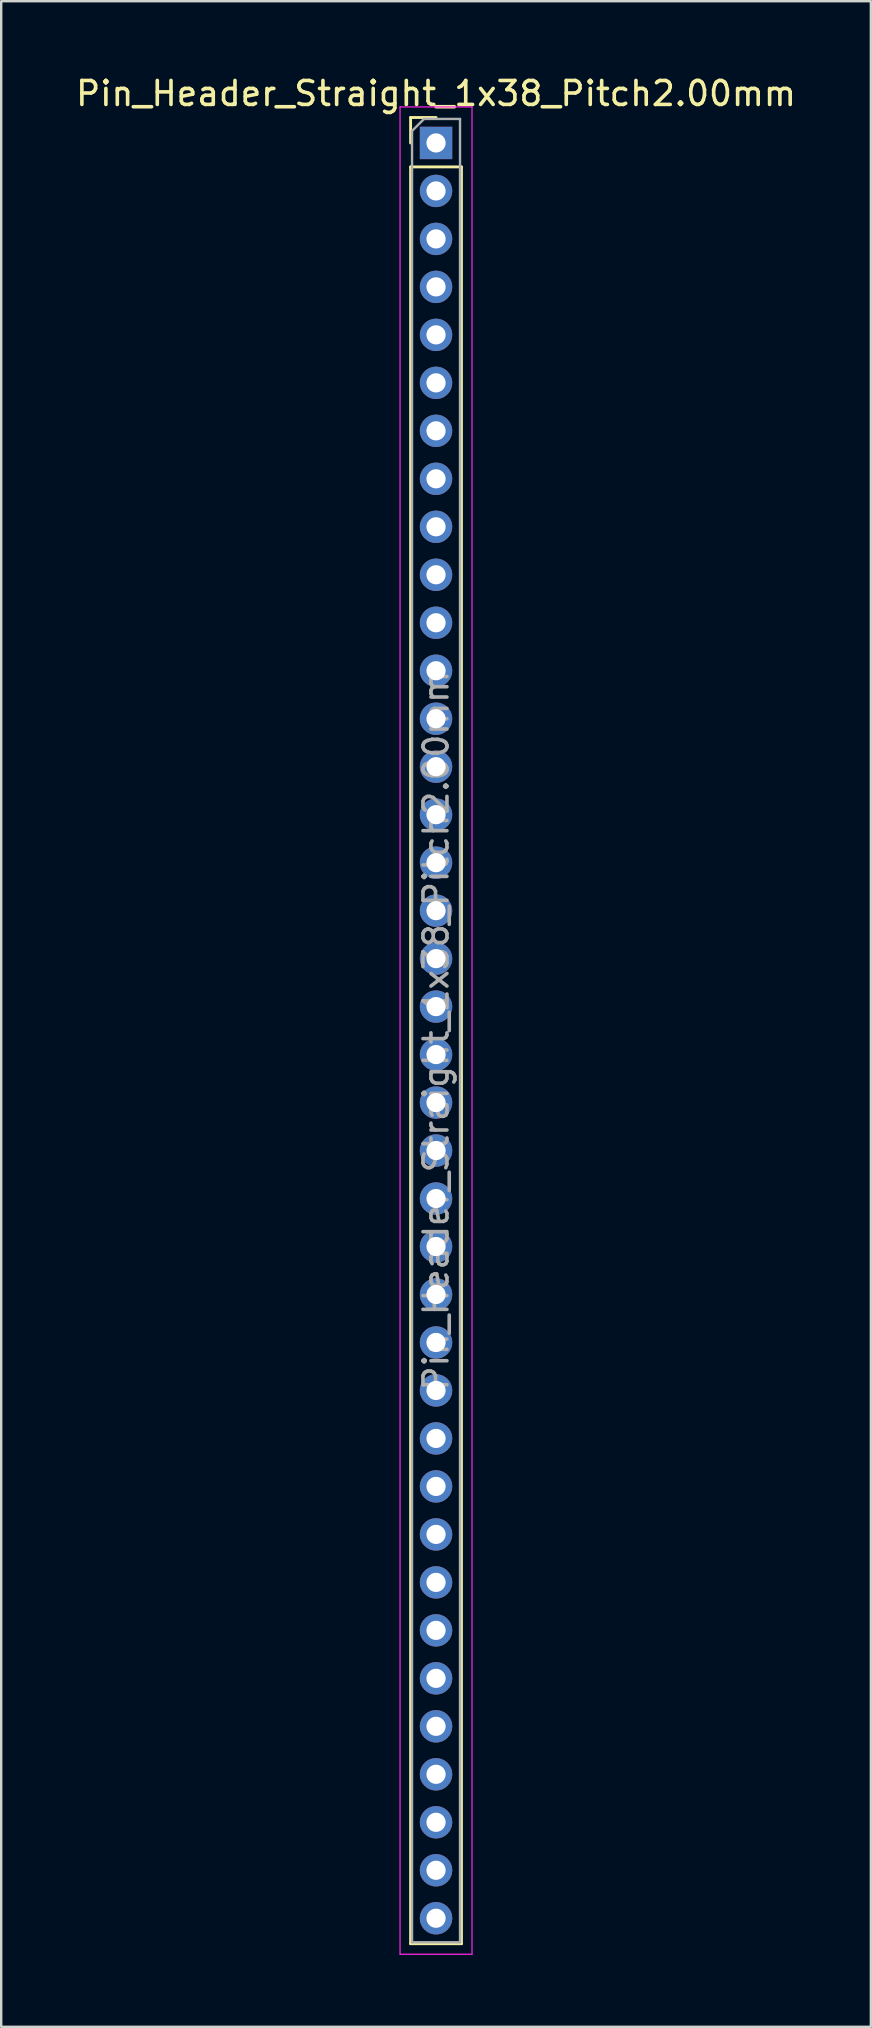
<source format=kicad_pcb>
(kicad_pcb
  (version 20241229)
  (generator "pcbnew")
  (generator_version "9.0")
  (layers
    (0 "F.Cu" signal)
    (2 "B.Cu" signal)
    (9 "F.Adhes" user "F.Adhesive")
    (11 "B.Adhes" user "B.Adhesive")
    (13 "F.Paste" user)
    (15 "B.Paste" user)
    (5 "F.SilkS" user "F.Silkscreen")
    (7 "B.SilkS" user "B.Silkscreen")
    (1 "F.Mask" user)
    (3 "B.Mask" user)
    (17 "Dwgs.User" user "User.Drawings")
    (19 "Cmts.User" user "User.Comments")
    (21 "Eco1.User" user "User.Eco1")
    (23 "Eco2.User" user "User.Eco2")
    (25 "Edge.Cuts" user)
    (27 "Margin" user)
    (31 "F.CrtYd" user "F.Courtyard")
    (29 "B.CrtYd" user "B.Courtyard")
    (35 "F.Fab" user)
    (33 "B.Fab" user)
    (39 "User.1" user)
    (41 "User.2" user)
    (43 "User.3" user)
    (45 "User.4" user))
  (footprint "Pin_Header_Straight_1x38_Pitch2.00mm"
    (layer "F.Cu")
    (at 15.125 2.908)
    (property "Reference" "Pin_Header_Straight_1x38_Pitch2.00mm" (at 0 -2.06 0) (layer "F.SilkS") (effects (font (size 1 1) (thickness 0.15))))
    (attr through_hole)
    (fp_line (start -1.06 -1.06) (end 0 -1.06) (stroke (width 0.12) (type solid)) (layer "F.SilkS"))
    (fp_line (start -1.06 0) (end -1.06 -1.06) (stroke (width 0.12) (type solid)) (layer "F.SilkS"))
    (fp_line (start -1.06 1) (end -1.06 75.06) (stroke (width 0.12) (type solid)) (layer "F.SilkS"))
    (fp_line (start -1.06 75.06) (end 1.06 75.06) (stroke (width 0.12) (type solid)) (layer "F.SilkS"))
    (fp_line (start 1.06 1) (end -1.06 1) (stroke (width 0.12) (type solid)) (layer "F.SilkS"))
    (fp_line (start 1.06 75.06) (end 1.06 1) (stroke (width 0.12) (type solid)) (layer "F.SilkS"))
    (fp_line (start -1.5 -1.5) (end -1.5 75.5) (stroke (width 0.05) (type solid)) (layer "F.CrtYd"))
    (fp_line (start -1.5 75.5) (end 1.5 75.5) (stroke (width 0.05) (type solid)) (layer "F.CrtYd"))
    (fp_line (start 1.5 -1.5) (end -1.5 -1.5) (stroke (width 0.05) (type solid)) (layer "F.CrtYd"))
    (fp_line (start 1.5 75.5) (end 1.5 -1.5) (stroke (width 0.05) (type solid)) (layer "F.CrtYd"))
    (fp_line (start -1 -0.5) (end -0.5 -1) (stroke (width 0.1) (type solid)) (layer "F.Fab"))
    (fp_line (start -1 75) (end -1 -0.5) (stroke (width 0.1) (type solid)) (layer "F.Fab"))
    (fp_line (start -0.5 -1) (end 1 -1) (stroke (width 0.1) (type solid)) (layer "F.Fab"))
    (fp_line (start 1 -1) (end 1 75) (stroke (width 0.1) (type solid)) (layer "F.Fab"))
    (fp_line (start 1 75) (end -1 75) (stroke (width 0.1) (type solid)) (layer "F.Fab"))
    (fp_text user "${REFERENCE}" (at 0 37 90) (layer "F.Fab") (effects (font (size 1 1) (thickness 0.15))))
    (pad "1" thru_hole rect (at 0 0) (size 1.35 1.35) (drill 0.8) (layers "*.Cu" "*.Mask"))
    (pad "2" thru_hole oval (at 0 2) (size 1.35 1.35) (drill 0.8) (layers "*.Cu" "*.Mask"))
    (pad "3" thru_hole oval (at 0 4) (size 1.35 1.35) (drill 0.8) (layers "*.Cu" "*.Mask"))
    (pad "4" thru_hole oval (at 0 6) (size 1.35 1.35) (drill 0.8) (layers "*.Cu" "*.Mask"))
    (pad "5" thru_hole oval (at 0 8) (size 1.35 1.35) (drill 0.8) (layers "*.Cu" "*.Mask"))
    (pad "6" thru_hole oval (at 0 10) (size 1.35 1.35) (drill 0.8) (layers "*.Cu" "*.Mask"))
    (pad "7" thru_hole oval (at 0 12) (size 1.35 1.35) (drill 0.8) (layers "*.Cu" "*.Mask"))
    (pad "8" thru_hole oval (at 0 14) (size 1.35 1.35) (drill 0.8) (layers "*.Cu" "*.Mask"))
    (pad "9" thru_hole oval (at 0 16) (size 1.35 1.35) (drill 0.8) (layers "*.Cu" "*.Mask"))
    (pad "10" thru_hole oval (at 0 18) (size 1.35 1.35) (drill 0.8) (layers "*.Cu" "*.Mask"))
    (pad "11" thru_hole oval (at 0 20) (size 1.35 1.35) (drill 0.8) (layers "*.Cu" "*.Mask"))
    (pad "12" thru_hole oval (at 0 22) (size 1.35 1.35) (drill 0.8) (layers "*.Cu" "*.Mask"))
    (pad "13" thru_hole oval (at 0 24) (size 1.35 1.35) (drill 0.8) (layers "*.Cu" "*.Mask"))
    (pad "14" thru_hole oval (at 0 26) (size 1.35 1.35) (drill 0.8) (layers "*.Cu" "*.Mask"))
    (pad "15" thru_hole oval (at 0 28) (size 1.35 1.35) (drill 0.8) (layers "*.Cu" "*.Mask"))
    (pad "16" thru_hole oval (at 0 30) (size 1.35 1.35) (drill 0.8) (layers "*.Cu" "*.Mask"))
    (pad "17" thru_hole oval (at 0 32) (size 1.35 1.35) (drill 0.8) (layers "*.Cu" "*.Mask"))
    (pad "18" thru_hole oval (at 0 34) (size 1.35 1.35) (drill 0.8) (layers "*.Cu" "*.Mask"))
    (pad "19" thru_hole oval (at 0 36) (size 1.35 1.35) (drill 0.8) (layers "*.Cu" "*.Mask"))
    (pad "20" thru_hole oval (at 0 38) (size 1.35 1.35) (drill 0.8) (layers "*.Cu" "*.Mask"))
    (pad "21" thru_hole oval (at 0 40) (size 1.35 1.35) (drill 0.8) (layers "*.Cu" "*.Mask"))
    (pad "22" thru_hole oval (at 0 42) (size 1.35 1.35) (drill 0.8) (layers "*.Cu" "*.Mask"))
    (pad "23" thru_hole oval (at 0 44) (size 1.35 1.35) (drill 0.8) (layers "*.Cu" "*.Mask"))
    (pad "24" thru_hole oval (at 0 46) (size 1.35 1.35) (drill 0.8) (layers "*.Cu" "*.Mask"))
    (pad "25" thru_hole oval (at 0 48) (size 1.35 1.35) (drill 0.8) (layers "*.Cu" "*.Mask"))
    (pad "26" thru_hole oval (at 0 50) (size 1.35 1.35) (drill 0.8) (layers "*.Cu" "*.Mask"))
    (pad "27" thru_hole oval (at 0 52) (size 1.35 1.35) (drill 0.8) (layers "*.Cu" "*.Mask"))
    (pad "28" thru_hole oval (at 0 54) (size 1.35 1.35) (drill 0.8) (layers "*.Cu" "*.Mask"))
    (pad "29" thru_hole oval (at 0 56) (size 1.35 1.35) (drill 0.8) (layers "*.Cu" "*.Mask"))
    (pad "30" thru_hole oval (at 0 58) (size 1.35 1.35) (drill 0.8) (layers "*.Cu" "*.Mask"))
    (pad "31" thru_hole oval (at 0 60) (size 1.35 1.35) (drill 0.8) (layers "*.Cu" "*.Mask"))
    (pad "32" thru_hole oval (at 0 62) (size 1.35 1.35) (drill 0.8) (layers "*.Cu" "*.Mask"))
    (pad "33" thru_hole oval (at 0 64) (size 1.35 1.35) (drill 0.8) (layers "*.Cu" "*.Mask"))
    (pad "34" thru_hole oval (at 0 66) (size 1.35 1.35) (drill 0.8) (layers "*.Cu" "*.Mask"))
    (pad "35" thru_hole oval (at 0 68) (size 1.35 1.35) (drill 0.8) (layers "*.Cu" "*.Mask"))
    (pad "36" thru_hole oval (at 0 70) (size 1.35 1.35) (drill 0.8) (layers "*.Cu" "*.Mask"))
    (pad "37" thru_hole oval (at 0 72) (size 1.35 1.35) (drill 0.8) (layers "*.Cu" "*.Mask"))
    (pad "38" thru_hole oval (at 0 74) (size 1.35 1.35) (drill 0.8) (layers "*.Cu" "*.Mask")))
  (gr_rect
    (start -3 -3)
    (end 33.25 81.433)
    (stroke (width 0.1) (type default))
    (fill no)
    (layer "Edge.Cuts")))
</source>
